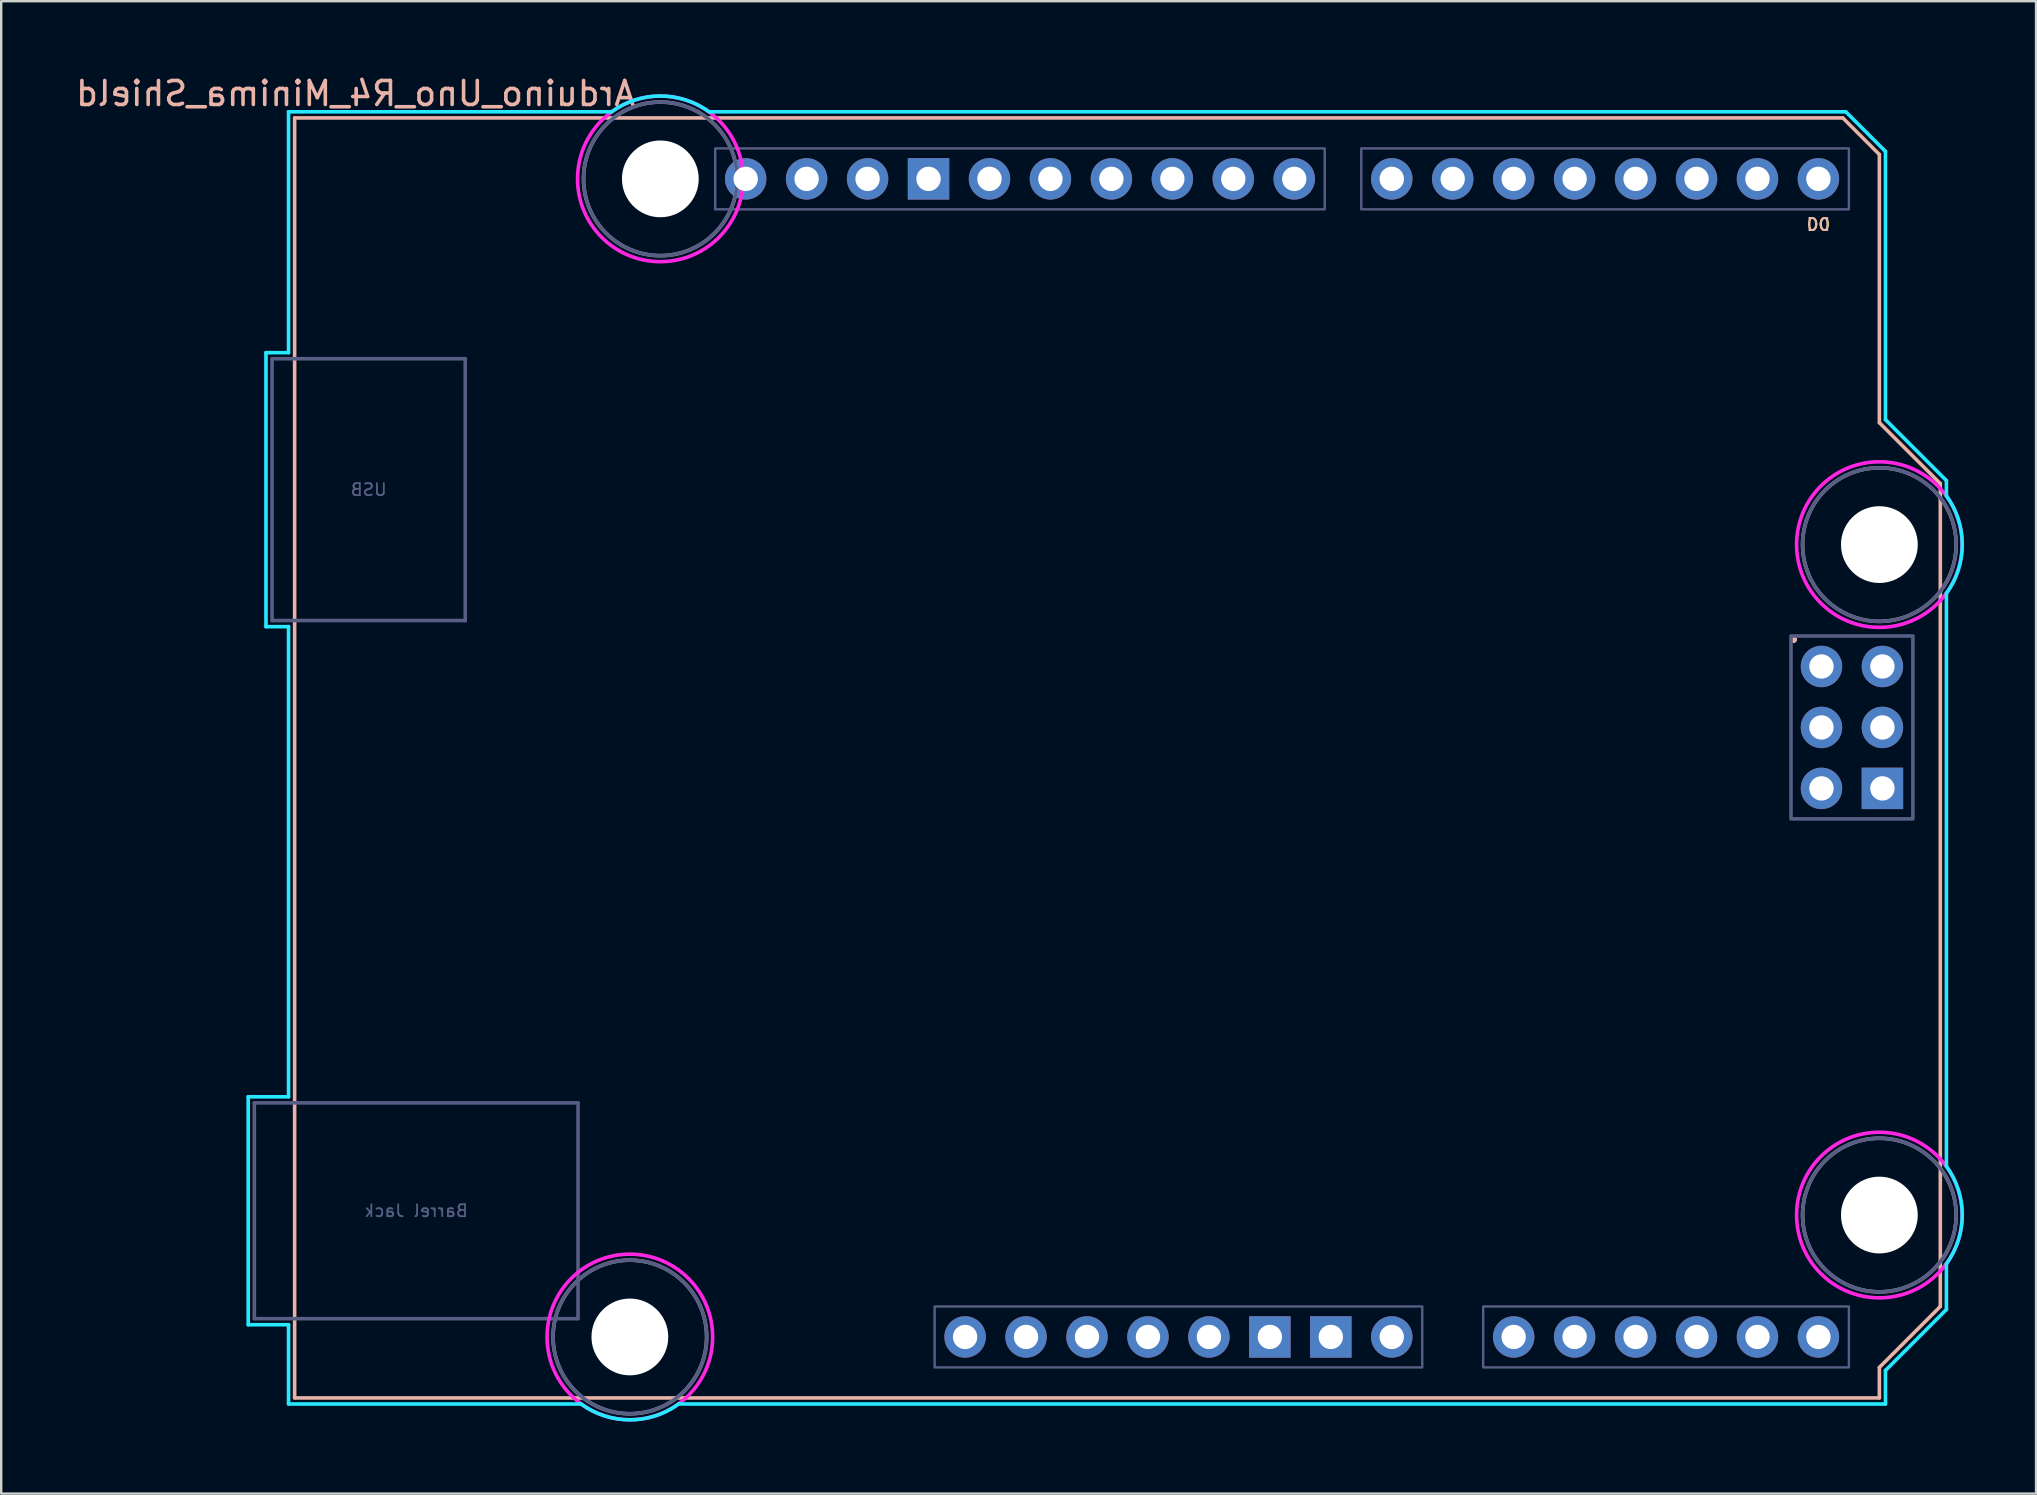
<source format=kicad_pcb>
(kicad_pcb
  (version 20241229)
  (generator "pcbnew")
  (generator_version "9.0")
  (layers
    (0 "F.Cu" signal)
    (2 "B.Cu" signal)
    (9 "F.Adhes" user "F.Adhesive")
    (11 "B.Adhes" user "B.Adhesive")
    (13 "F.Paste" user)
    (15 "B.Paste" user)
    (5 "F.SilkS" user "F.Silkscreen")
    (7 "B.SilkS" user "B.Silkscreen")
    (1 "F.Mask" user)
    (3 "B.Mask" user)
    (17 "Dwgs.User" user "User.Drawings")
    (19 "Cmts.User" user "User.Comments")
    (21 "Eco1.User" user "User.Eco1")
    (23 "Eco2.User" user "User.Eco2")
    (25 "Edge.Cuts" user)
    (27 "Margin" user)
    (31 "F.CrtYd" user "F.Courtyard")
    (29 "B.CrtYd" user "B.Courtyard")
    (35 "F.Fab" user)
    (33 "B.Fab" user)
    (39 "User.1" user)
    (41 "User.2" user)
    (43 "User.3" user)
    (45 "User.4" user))
  (footprint "Arduino_Uno_R4_Minima_Shield"
    (layer "F.Cu")
    (at 9.228 55.204)
    (property "Reference" "Arduino_Uno_R4_Minima_Shield" (at 2.54 -54.356 0) (layer "B.SilkS") (effects (font (size 1 1) (thickness 0.15)) (justify mirror)))
    (attr through_hole)
    (fp_line (start 0 -53.34) (end 0 0) (stroke (width 0.15) (type solid)) (layer "B.SilkS"))
    (fp_line (start 0 -53.34) (end 64.516 -53.34) (stroke (width 0.15) (type solid)) (layer "B.SilkS"))
    (fp_line (start 0 0) (end 66.04 0) (stroke (width 0.15) (type solid)) (layer "B.SilkS"))
    (fp_line (start 64.516 -53.34) (end 66.04 -51.816) (stroke (width 0.15) (type solid)) (layer "B.SilkS"))
    (fp_line (start 66.04 -40.64) (end 66.04 -51.816) (stroke (width 0.15) (type solid)) (layer "B.SilkS"))
    (fp_line (start 66.04 -1.27) (end 68.58 -3.81) (stroke (width 0.15) (type solid)) (layer "B.SilkS"))
    (fp_line (start 66.04 0) (end 66.04 -1.27) (stroke (width 0.15) (type solid)) (layer "B.SilkS"))
    (fp_line (start 68.58 -38.1) (end 66.04 -40.64) (stroke (width 0.15) (type solid)) (layer "B.SilkS"))
    (fp_line (start 68.58 -3.81) (end 68.58 -38.1) (stroke (width 0.15) (type solid)) (layer "B.SilkS"))
    (fp_line (start -1.934 -12.548) (end -1.934 -3.049) (stroke (width 0.15) (type solid)) (layer "B.CrtYd"))
    (fp_line (start -1.934 -12.548) (end -0.254 -12.548) (stroke (width 0.15) (type solid)) (layer "B.CrtYd"))
    (fp_line (start -1.934 -3.049) (end -0.254 -3.049) (stroke (width 0.15) (type solid)) (layer "B.CrtYd"))
    (fp_line (start -1.194 -43.558) (end -0.254 -43.558) (stroke (width 0.15) (type solid)) (layer "B.CrtYd"))
    (fp_line (start -1.194 -32.14) (end -1.194 -43.558) (stroke (width 0.15) (type solid)) (layer "B.CrtYd"))
    (fp_line (start -0.254 -53.594) (end -0.254 -43.558) (stroke (width 0.15) (type solid)) (layer "B.CrtYd"))
    (fp_line (start -0.254 -32.14) (end -1.194 -32.14) (stroke (width 0.15) (type solid)) (layer "B.CrtYd"))
    (fp_line (start -0.254 -32.14) (end -0.254 -12.548) (stroke (width 0.15) (type solid)) (layer "B.CrtYd"))
    (fp_line (start -0.254 -3.049) (end -0.254 0.254) (stroke (width 0.15) (type solid)) (layer "B.CrtYd"))
    (fp_line (start 11.938 0.254) (end -0.254 0.254) (stroke (width 0.15) (type solid)) (layer "B.CrtYd"))
    (fp_line (start 13.208 -53.594) (end -0.254 -53.594) (stroke (width 0.15) (type solid)) (layer "B.CrtYd"))
    (fp_line (start 16.002 0.254) (end 66.294 0.254) (stroke (width 0.15) (type solid)) (layer "B.CrtYd"))
    (fp_line (start 17.272 -53.594) (end 64.643 -53.594) (stroke (width 0.15) (type solid)) (layer "B.CrtYd"))
    (fp_line (start 64.643 -53.594) (end 66.294 -51.943) (stroke (width 0.15) (type solid)) (layer "B.CrtYd"))
    (fp_line (start 66.294 -40.767) (end 66.294 -51.943) (stroke (width 0.15) (type solid)) (layer "B.CrtYd"))
    (fp_line (start 66.294 -1.143) (end 68.834 -3.683) (stroke (width 0.15) (type solid)) (layer "B.CrtYd"))
    (fp_line (start 66.294 0.254) (end 66.294 -1.143) (stroke (width 0.15) (type solid)) (layer "B.CrtYd"))
    (fp_line (start 68.834 -38.227) (end 66.294 -40.767) (stroke (width 0.15) (type solid)) (layer "B.CrtYd"))
    (fp_line (start 68.834 -38.227) (end 68.834 -37.592) (stroke (width 0.15) (type solid)) (layer "B.CrtYd"))
    (fp_line (start 68.834 -9.652) (end 68.834 -33.528) (stroke (width 0.15) (type solid)) (layer "B.CrtYd"))
    (fp_line (start 68.834 -5.588) (end 68.834 -3.683) (stroke (width 0.15) (type solid)) (layer "B.CrtYd"))
    (fp_arc (start 13.208 -53.594) (mid 15.24 -54.254237) (end 17.272 -53.594) (stroke (width 0.15) (type solid)) (layer "B.CrtYd"))
    (fp_arc (start 16.002 0.254) (mid 13.97 0.914237) (end 11.938 0.254) (stroke (width 0.15) (type solid)) (layer "B.CrtYd"))
    (fp_arc (start 68.834 -37.592) (mid 69.494238 -35.56) (end 68.834 -33.528) (stroke (width 0.15) (type solid)) (layer "B.CrtYd"))
    (fp_arc (start 68.834 -9.652) (mid 69.494238 -7.62) (end 68.834 -5.588) (stroke (width 0.15) (type solid)) (layer "B.CrtYd"))
    (fp_circle (center 13.97 -2.54) (end 17.42 -2.54) (stroke (width 0.15) (type solid)) (fill no) (layer "F.CrtYd"))
    (fp_circle (center 15.24 -50.8) (end 18.69 -50.8) (stroke (width 0.15) (type solid)) (fill no) (layer "F.CrtYd"))
    (fp_circle (center 66.04 -35.56) (end 69.49 -35.56) (stroke (width 0.15) (type solid)) (fill no) (layer "F.CrtYd"))
    (fp_circle (center 66.04 -7.62) (end 69.49 -7.62) (stroke (width 0.15) (type solid)) (fill no) (layer "F.CrtYd"))
    (fp_line (start -1.68 -12.294) (end -1.68 -3.303) (stroke (width 0.15) (type solid)) (layer "B.Fab"))
    (fp_line (start -1.68 -12.294) (end 11.81 -12.294) (stroke (width 0.15) (type solid)) (layer "B.Fab"))
    (fp_line (start -1.68 -3.303) (end 11.81 -3.303) (stroke (width 0.15) (type solid)) (layer "B.Fab"))
    (fp_line (start -0.94 -43.304) (end 7.11 -43.304) (stroke (width 0.15) (type solid)) (layer "B.Fab"))
    (fp_line (start -0.94 -32.394) (end -0.94 -43.304) (stroke (width 0.15) (type solid)) (layer "B.Fab"))
    (fp_line (start -0.94 -32.394) (end 7.11 -32.394) (stroke (width 0.15) (type solid)) (layer "B.Fab"))
    (fp_line (start 7.11 -32.394) (end 7.11 -43.304) (stroke (width 0.15) (type solid)) (layer "B.Fab"))
    (fp_line (start 11.81 -12.294) (end 11.81 -3.303) (stroke (width 0.15) (type solid)) (layer "B.Fab"))
    (fp_rect (start 17.526 -52.07) (end 42.926 -49.53) (stroke (width 0.1) (type solid)) (fill no) (layer "B.Fab"))
    (fp_rect (start 26.67 -3.81) (end 46.99 -1.27) (stroke (width 0.1) (type solid)) (fill no) (layer "B.Fab"))
    (fp_rect (start 44.45 -52.07) (end 64.77 -49.53) (stroke (width 0.1) (type solid)) (fill no) (layer "B.Fab"))
    (fp_rect (start 49.53 -3.81) (end 64.77 -1.27) (stroke (width 0.1) (type solid)) (fill no) (layer "B.Fab"))
    (fp_rect (start 62.357 -31.75) (end 67.437 -24.13) (stroke (width 0.15) (type solid)) (fill no) (layer "B.Fab"))
    (fp_circle (center 13.97 -2.54) (end 17.17 -2.54) (stroke (width 0.15) (type solid)) (fill no) (layer "B.Fab"))
    (fp_circle (center 15.24 -50.8) (end 18.44 -50.8) (stroke (width 0.15) (type solid)) (fill no) (layer "B.Fab"))
    (fp_circle (center 66.04 -35.56) (end 69.24 -35.56) (stroke (width 0.15) (type solid)) (fill no) (layer "B.Fab"))
    (fp_circle (center 66.04 -7.62) (end 69.24 -7.62) (stroke (width 0.15) (type solid)) (fill no) (layer "B.Fab"))
    (fp_circle (center 13.97 -2.54) (end 17.17 -2.54) (stroke (width 0.15) (type solid)) (fill no) (layer "F.Fab"))
    (fp_circle (center 15.24 -50.8) (end 18.44 -50.8) (stroke (width 0.15) (type solid)) (fill no) (layer "F.Fab"))
    (fp_circle (center 66.04 -35.56) (end 69.24 -35.56) (stroke (width 0.15) (type solid)) (fill no) (layer "F.Fab"))
    (fp_circle (center 66.04 -7.62) (end 69.24 -7.62) (stroke (width 0.15) (type solid)) (fill no) (layer "F.Fab"))
    (fp_text user "D0" (at 63.5 -48.895 0) (unlocked yes) (layer "F.SilkS") (effects (font (size 0.5 0.5) (thickness 0.075))))
    (fp_text user "." (at 62.484 -32.004 0) (layer "F.SilkS") (effects (font (size 1 1) (thickness 0.15))))
    (fp_text user "D0" (at 63.5 -48.895 0) (unlocked yes) (layer "B.SilkS") (effects (font (size 0.5 0.5) (thickness 0.075)) (justify mirror)))
    (fp_text user "." (at 62.484 -32.004 0) (layer "B.SilkS") (effects (font (size 1 1) (thickness 0.15))))
    (fp_text user "Barrel Jack" (at 5.065 -7.798 0) (layer "B.Fab") (effects (font (size 0.5 0.5) (thickness 0.075)) (justify mirror)))
    (fp_text user "USB" (at 3.085 -37.849 0) (layer "B.Fab") (effects (font (size 0.5 0.5) (thickness 0.075)) (justify mirror)))
    (pad "" np_thru_hole circle (at 13.97 -2.54) (size 3.2 3.2) (drill 3.2) (layers "*.Cu" "*.Mask"))
    (pad "" np_thru_hole circle (at 15.24 -50.8) (size 3.2 3.2) (drill 3.2) (layers "*.Cu" "*.Mask"))
    (pad "" np_thru_hole circle (at 66.04 -35.56) (size 3.2 3.2) (drill 3.2) (layers "*.Cu" "*.Mask"))
    (pad "" np_thru_hole circle (at 66.04 -7.62) (size 3.2 3.2) (drill 3.2) (layers "*.Cu" "*.Mask"))
    (pad "3V3" thru_hole oval (at 35.56 -2.54) (size 1.727 1.727) (drill 1.016) (layers "*.Cu" "*.Mask"))
    (pad "5V1" thru_hole oval (at 38.1 -2.54) (size 1.727 1.727) (drill 1.016) (layers "*.Cu" "*.Mask"))
    (pad "5V2" thru_hole oval (at 66.167 -30.48) (size 1.727 1.727) (drill 1.016) (layers "*.Cu" "*.Mask"))
    (pad "A0" thru_hole oval (at 50.8 -2.54) (size 1.727 1.727) (drill 1.016) (layers "*.Cu" "*.Mask"))
    (pad "A1" thru_hole oval (at 53.34 -2.54) (size 1.727 1.727) (drill 1.016) (layers "*.Cu" "*.Mask"))
    (pad "A2" thru_hole oval (at 55.88 -2.54) (size 1.727 1.727) (drill 1.016) (layers "*.Cu" "*.Mask"))
    (pad "A3" thru_hole oval (at 58.42 -2.54) (size 1.727 1.727) (drill 1.016) (layers "*.Cu" "*.Mask"))
    (pad "A4" thru_hole oval (at 60.96 -2.54) (size 1.727 1.727) (drill 1.016) (layers "*.Cu" "*.Mask"))
    (pad "A5" thru_hole oval (at 63.5 -2.54) (size 1.727 1.727) (drill 1.016) (layers "*.Cu" "*.Mask"))
    (pad "AREF" thru_hole oval (at 23.876 -50.8) (size 1.727 1.727) (drill 1.016) (layers "*.Cu" "*.Mask"))
    (pad "BOOT" thru_hole oval (at 27.94 -2.54) (size 1.727 1.727) (drill 1.016) (layers "*.Cu" "*.Mask"))
    (pad "D0" thru_hole oval (at 63.5 -50.8) (size 1.727 1.727) (drill 1.016) (layers "*.Cu" "*.Mask"))
    (pad "D1" thru_hole oval (at 60.96 -50.8) (size 1.727 1.727) (drill 1.016) (layers "*.Cu" "*.Mask"))
    (pad "D2" thru_hole oval (at 58.42 -50.8) (size 1.727 1.727) (drill 1.016) (layers "*.Cu" "*.Mask"))
    (pad "D3" thru_hole oval (at 55.88 -50.8) (size 1.727 1.727) (drill 1.016) (layers "*.Cu" "*.Mask"))
    (pad "D4" thru_hole oval (at 53.34 -50.8) (size 1.727 1.727) (drill 1.016) (layers "*.Cu" "*.Mask"))
    (pad "D5" thru_hole oval (at 50.8 -50.8) (size 1.727 1.727) (drill 1.016) (layers "*.Cu" "*.Mask"))
    (pad "D6" thru_hole oval (at 48.26 -50.8) (size 1.727 1.727) (drill 1.016) (layers "*.Cu" "*.Mask"))
    (pad "D7" thru_hole oval (at 45.72 -50.8) (size 1.727 1.727) (drill 1.016) (layers "*.Cu" "*.Mask"))
    (pad "D8" thru_hole oval (at 41.656 -50.8) (size 1.727 1.727) (drill 1.016) (layers "*.Cu" "*.Mask"))
    (pad "D9" thru_hole oval (at 39.116 -50.8) (size 1.727 1.727) (drill 1.016) (layers "*.Cu" "*.Mask"))
    (pad "D10" thru_hole oval (at 36.576 -50.8) (size 1.727 1.727) (drill 1.016) (layers "*.Cu" "*.Mask"))
    (pad "D11" thru_hole oval (at 34.036 -50.8) (size 1.727 1.727) (drill 1.016) (layers "*.Cu" "*.Mask"))
    (pad "D12" thru_hole oval (at 31.496 -50.8) (size 1.727 1.727) (drill 1.016) (layers "*.Cu" "*.Mask"))
    (pad "D13" thru_hole oval (at 28.956 -50.8) (size 1.727 1.727) (drill 1.016) (layers "*.Cu" "*.Mask"))
    (pad "GND1" thru_hole rect (at 26.416 -50.8) (size 1.727 1.727) (drill 1.016) (layers "*.Cu" "*.Mask"))
    (pad "GND2" thru_hole rect (at 40.64 -2.54) (size 1.727 1.727) (drill 1.016) (layers "*.Cu" "*.Mask"))
    (pad "GND3" thru_hole rect (at 43.18 -2.54) (size 1.727 1.727) (drill 1.016) (layers "*.Cu" "*.Mask"))
    (pad "GND4" thru_hole rect (at 66.167 -25.4) (size 1.727 1.727) (drill 1.016) (layers "*.Cu" "*.Mask"))
    (pad "IORF" thru_hole oval (at 30.48 -2.54) (size 1.727 1.727) (drill 1.016) (layers "*.Cu" "*.Mask"))
    (pad "MISO" thru_hole oval (at 63.627 -30.48) (size 1.727 1.727) (drill 1.016) (layers "*.Cu" "*.Mask"))
    (pad "MOSI" thru_hole oval (at 66.167 -27.94) (size 1.727 1.727) (drill 1.016) (layers "*.Cu" "*.Mask"))
    (pad "RST1" thru_hole oval (at 33.02 -2.54) (size 1.727 1.727) (drill 1.016) (layers "*.Cu" "*.Mask"))
    (pad "RST2" thru_hole oval (at 63.627 -25.4) (size 1.727 1.727) (drill 1.016) (layers "*.Cu" "*.Mask"))
    (pad "SCK" thru_hole oval (at 63.627 -27.94) (size 1.727 1.727) (drill 1.016) (layers "*.Cu" "*.Mask"))
    (pad "SCL" thru_hole oval (at 18.796 -50.8) (size 1.727 1.727) (drill 1.016) (layers "*.Cu" "*.Mask"))
    (pad "SDA" thru_hole oval (at 21.336 -50.8) (size 1.727 1.727) (drill 1.016) (layers "*.Cu" "*.Mask"))
    (pad "VIN" thru_hole oval (at 45.72 -2.54) (size 1.727 1.727) (drill 1.016) (layers "*.Cu" "*.Mask")))
  (gr_rect
    (start -3 -3)
    (end 81.797 59.193)
    (stroke (width 0.1) (type default))
    (fill no)
    (layer "Edge.Cuts")))
</source>
